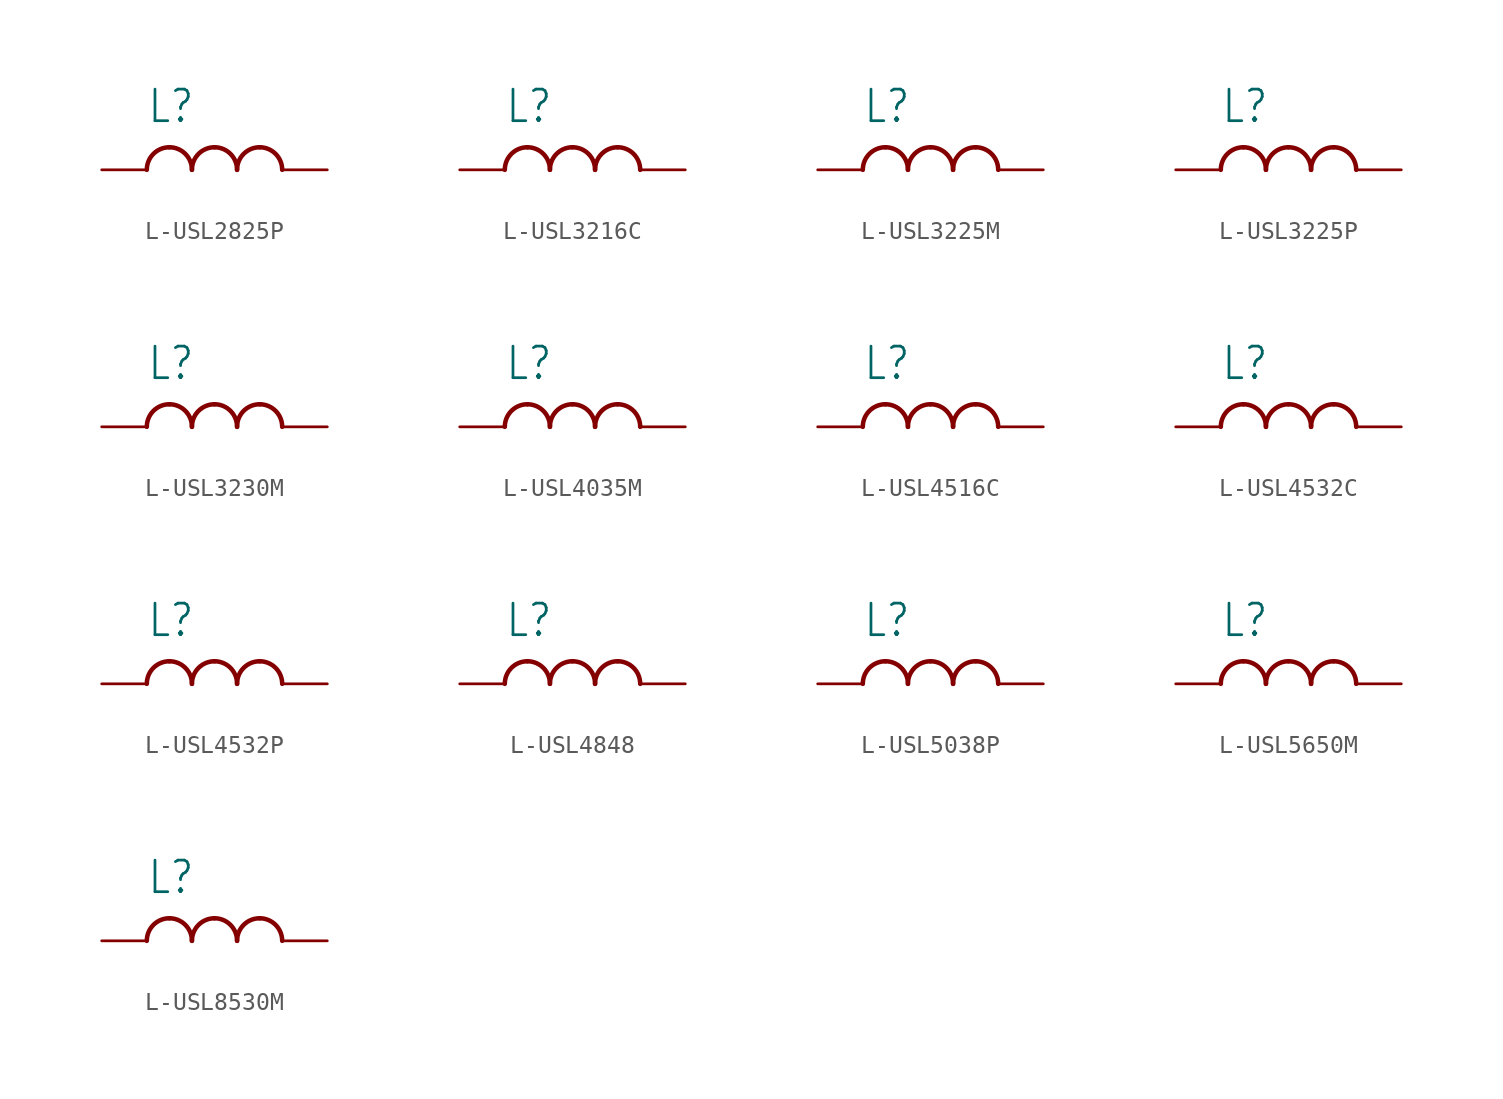
<source format=kicad_sym>
(kicad_symbol_lib
  (version 20241209)
  (generator "kicad_symbol_editor")
  (generator_version "9.0")
  (symbol "L-USL2825P"
    (property "Reference" "L"
      (at -5.08 2.54 0)
      (effects (font (size 1.778 1.511)) (justify left bottom)))
    (property "Value" ""
      (at -5.08 -1.27 0)
      (effects (font (size 1.778 1.511)) (justify left top)))
    (property "ki_locked" ""
      (at 0 0 0)
      (effects (font (size 1.27 1.27))))
    (symbol "L-USL2825P_1_0"
      (arc (start -5.08 0) (mid -4.708 0.898) (end -3.81 1.27) (stroke (width 0.254) (type solid)) (fill (type none)))
      (arc (start -3.81 1.27) (mid -2.912 0.898) (end -2.54 0) (stroke (width 0.254) (type solid)) (fill (type none)))
      (arc (start -2.54 0) (mid -2.168 0.898) (end -1.27 1.27) (stroke (width 0.254) (type solid)) (fill (type none)))
      (arc (start -1.27 1.27) (mid -0.372 0.898) (end 0 0) (stroke (width 0.254) (type solid)) (fill (type none)))
      (arc (start 0 0) (mid 0.372 0.898) (end 1.27 1.27) (stroke (width 0.254) (type solid)) (fill (type none)))
      (arc (start 1.27 1.27) (mid 2.168 0.898) (end 2.54 0) (stroke (width 0.254) (type solid)) (fill (type none)))
      (pin passive line (at -7.62 0 0) (length 2.54) (name "1" (effects (font (size 0 0)))) (number "1" (effects (font (size 0 0)))))
      (pin passive line (at 5.08 0 180) (length 2.54) (name "2" (effects (font (size 0 0)))) (number "2" (effects (font (size 0 0)))))))
  (symbol "L-USL3216C"
    (property "Reference" "L"
      (at -5.08 2.54 0)
      (effects (font (size 1.778 1.511)) (justify left bottom)))
    (property "Value" ""
      (at -5.08 -1.27 0)
      (effects (font (size 1.778 1.511)) (justify left top)))
    (property "ki_locked" ""
      (at 0 0 0)
      (effects (font (size 1.27 1.27))))
    (symbol "L-USL3216C_1_0"
      (arc (start -5.08 0) (mid -4.708 0.898) (end -3.81 1.27) (stroke (width 0.254) (type solid)) (fill (type none)))
      (arc (start -3.81 1.27) (mid -2.912 0.898) (end -2.54 0) (stroke (width 0.254) (type solid)) (fill (type none)))
      (arc (start -2.54 0) (mid -2.168 0.898) (end -1.27 1.27) (stroke (width 0.254) (type solid)) (fill (type none)))
      (arc (start -1.27 1.27) (mid -0.372 0.898) (end 0 0) (stroke (width 0.254) (type solid)) (fill (type none)))
      (arc (start 0 0) (mid 0.372 0.898) (end 1.27 1.27) (stroke (width 0.254) (type solid)) (fill (type none)))
      (arc (start 1.27 1.27) (mid 2.168 0.898) (end 2.54 0) (stroke (width 0.254) (type solid)) (fill (type none)))
      (pin passive line (at -7.62 0 0) (length 2.54) (name "1" (effects (font (size 0 0)))) (number "1" (effects (font (size 0 0)))))
      (pin passive line (at 5.08 0 180) (length 2.54) (name "2" (effects (font (size 0 0)))) (number "2" (effects (font (size 0 0)))))))
  (symbol "L-USL3225M"
    (property "Reference" "L"
      (at -5.08 2.54 0)
      (effects (font (size 1.778 1.511)) (justify left bottom)))
    (property "Value" ""
      (at -5.08 -1.27 0)
      (effects (font (size 1.778 1.511)) (justify left top)))
    (property "ki_locked" ""
      (at 0 0 0)
      (effects (font (size 1.27 1.27))))
    (symbol "L-USL3225M_1_0"
      (arc (start -5.08 0) (mid -4.708 0.898) (end -3.81 1.27) (stroke (width 0.254) (type solid)) (fill (type none)))
      (arc (start -3.81 1.27) (mid -2.912 0.898) (end -2.54 0) (stroke (width 0.254) (type solid)) (fill (type none)))
      (arc (start -2.54 0) (mid -2.168 0.898) (end -1.27 1.27) (stroke (width 0.254) (type solid)) (fill (type none)))
      (arc (start -1.27 1.27) (mid -0.372 0.898) (end 0 0) (stroke (width 0.254) (type solid)) (fill (type none)))
      (arc (start 0 0) (mid 0.372 0.898) (end 1.27 1.27) (stroke (width 0.254) (type solid)) (fill (type none)))
      (arc (start 1.27 1.27) (mid 2.168 0.898) (end 2.54 0) (stroke (width 0.254) (type solid)) (fill (type none)))
      (pin passive line (at -7.62 0 0) (length 2.54) (name "1" (effects (font (size 0 0)))) (number "1" (effects (font (size 0 0)))))
      (pin passive line (at 5.08 0 180) (length 2.54) (name "2" (effects (font (size 0 0)))) (number "2" (effects (font (size 0 0)))))))
  (symbol "L-USL3225P"
    (property "Reference" "L"
      (at -5.08 2.54 0)
      (effects (font (size 1.778 1.511)) (justify left bottom)))
    (property "Value" ""
      (at -5.08 -1.27 0)
      (effects (font (size 1.778 1.511)) (justify left top)))
    (property "ki_locked" ""
      (at 0 0 0)
      (effects (font (size 1.27 1.27))))
    (symbol "L-USL3225P_1_0"
      (arc (start -5.08 0) (mid -4.708 0.898) (end -3.81 1.27) (stroke (width 0.254) (type solid)) (fill (type none)))
      (arc (start -3.81 1.27) (mid -2.912 0.898) (end -2.54 0) (stroke (width 0.254) (type solid)) (fill (type none)))
      (arc (start -2.54 0) (mid -2.168 0.898) (end -1.27 1.27) (stroke (width 0.254) (type solid)) (fill (type none)))
      (arc (start -1.27 1.27) (mid -0.372 0.898) (end 0 0) (stroke (width 0.254) (type solid)) (fill (type none)))
      (arc (start 0 0) (mid 0.372 0.898) (end 1.27 1.27) (stroke (width 0.254) (type solid)) (fill (type none)))
      (arc (start 1.27 1.27) (mid 2.168 0.898) (end 2.54 0) (stroke (width 0.254) (type solid)) (fill (type none)))
      (pin passive line (at -7.62 0 0) (length 2.54) (name "1" (effects (font (size 0 0)))) (number "1" (effects (font (size 0 0)))))
      (pin passive line (at 5.08 0 180) (length 2.54) (name "2" (effects (font (size 0 0)))) (number "2" (effects (font (size 0 0)))))))
  (symbol "L-USL3230M"
    (property "Reference" "L"
      (at -5.08 2.54 0)
      (effects (font (size 1.778 1.511)) (justify left bottom)))
    (property "Value" ""
      (at -5.08 -1.27 0)
      (effects (font (size 1.778 1.511)) (justify left top)))
    (property "ki_locked" ""
      (at 0 0 0)
      (effects (font (size 1.27 1.27))))
    (symbol "L-USL3230M_1_0"
      (arc (start -5.08 0) (mid -4.708 0.898) (end -3.81 1.27) (stroke (width 0.254) (type solid)) (fill (type none)))
      (arc (start -3.81 1.27) (mid -2.912 0.898) (end -2.54 0) (stroke (width 0.254) (type solid)) (fill (type none)))
      (arc (start -2.54 0) (mid -2.168 0.898) (end -1.27 1.27) (stroke (width 0.254) (type solid)) (fill (type none)))
      (arc (start -1.27 1.27) (mid -0.372 0.898) (end 0 0) (stroke (width 0.254) (type solid)) (fill (type none)))
      (arc (start 0 0) (mid 0.372 0.898) (end 1.27 1.27) (stroke (width 0.254) (type solid)) (fill (type none)))
      (arc (start 1.27 1.27) (mid 2.168 0.898) (end 2.54 0) (stroke (width 0.254) (type solid)) (fill (type none)))
      (pin passive line (at -7.62 0 0) (length 2.54) (name "1" (effects (font (size 0 0)))) (number "1" (effects (font (size 0 0)))))
      (pin passive line (at 5.08 0 180) (length 2.54) (name "2" (effects (font (size 0 0)))) (number "2" (effects (font (size 0 0)))))))
  (symbol "L-USL4035M"
    (property "Reference" "L"
      (at -5.08 2.54 0)
      (effects (font (size 1.778 1.511)) (justify left bottom)))
    (property "Value" ""
      (at -5.08 -1.27 0)
      (effects (font (size 1.778 1.511)) (justify left top)))
    (property "ki_locked" ""
      (at 0 0 0)
      (effects (font (size 1.27 1.27))))
    (symbol "L-USL4035M_1_0"
      (arc (start -5.08 0) (mid -4.708 0.898) (end -3.81 1.27) (stroke (width 0.254) (type solid)) (fill (type none)))
      (arc (start -3.81 1.27) (mid -2.912 0.898) (end -2.54 0) (stroke (width 0.254) (type solid)) (fill (type none)))
      (arc (start -2.54 0) (mid -2.168 0.898) (end -1.27 1.27) (stroke (width 0.254) (type solid)) (fill (type none)))
      (arc (start -1.27 1.27) (mid -0.372 0.898) (end 0 0) (stroke (width 0.254) (type solid)) (fill (type none)))
      (arc (start 0 0) (mid 0.372 0.898) (end 1.27 1.27) (stroke (width 0.254) (type solid)) (fill (type none)))
      (arc (start 1.27 1.27) (mid 2.168 0.898) (end 2.54 0) (stroke (width 0.254) (type solid)) (fill (type none)))
      (pin passive line (at -7.62 0 0) (length 2.54) (name "1" (effects (font (size 0 0)))) (number "1" (effects (font (size 0 0)))))
      (pin passive line (at 5.08 0 180) (length 2.54) (name "2" (effects (font (size 0 0)))) (number "2" (effects (font (size 0 0)))))))
  (symbol "L-USL4516C"
    (property "Reference" "L"
      (at -5.08 2.54 0)
      (effects (font (size 1.778 1.511)) (justify left bottom)))
    (property "Value" ""
      (at -5.08 -1.27 0)
      (effects (font (size 1.778 1.511)) (justify left top)))
    (property "ki_locked" ""
      (at 0 0 0)
      (effects (font (size 1.27 1.27))))
    (symbol "L-USL4516C_1_0"
      (arc (start -5.08 0) (mid -4.708 0.898) (end -3.81 1.27) (stroke (width 0.254) (type solid)) (fill (type none)))
      (arc (start -3.81 1.27) (mid -2.912 0.898) (end -2.54 0) (stroke (width 0.254) (type solid)) (fill (type none)))
      (arc (start -2.54 0) (mid -2.168 0.898) (end -1.27 1.27) (stroke (width 0.254) (type solid)) (fill (type none)))
      (arc (start -1.27 1.27) (mid -0.372 0.898) (end 0 0) (stroke (width 0.254) (type solid)) (fill (type none)))
      (arc (start 0 0) (mid 0.372 0.898) (end 1.27 1.27) (stroke (width 0.254) (type solid)) (fill (type none)))
      (arc (start 1.27 1.27) (mid 2.168 0.898) (end 2.54 0) (stroke (width 0.254) (type solid)) (fill (type none)))
      (pin passive line (at -7.62 0 0) (length 2.54) (name "1" (effects (font (size 0 0)))) (number "1" (effects (font (size 0 0)))))
      (pin passive line (at 5.08 0 180) (length 2.54) (name "2" (effects (font (size 0 0)))) (number "2" (effects (font (size 0 0)))))))
  (symbol "L-USL4532C"
    (property "Reference" "L"
      (at -5.08 2.54 0)
      (effects (font (size 1.778 1.511)) (justify left bottom)))
    (property "Value" ""
      (at -5.08 -1.27 0)
      (effects (font (size 1.778 1.511)) (justify left top)))
    (property "ki_locked" ""
      (at 0 0 0)
      (effects (font (size 1.27 1.27))))
    (symbol "L-USL4532C_1_0"
      (arc (start -5.08 0) (mid -4.708 0.898) (end -3.81 1.27) (stroke (width 0.254) (type solid)) (fill (type none)))
      (arc (start -3.81 1.27) (mid -2.912 0.898) (end -2.54 0) (stroke (width 0.254) (type solid)) (fill (type none)))
      (arc (start -2.54 0) (mid -2.168 0.898) (end -1.27 1.27) (stroke (width 0.254) (type solid)) (fill (type none)))
      (arc (start -1.27 1.27) (mid -0.372 0.898) (end 0 0) (stroke (width 0.254) (type solid)) (fill (type none)))
      (arc (start 0 0) (mid 0.372 0.898) (end 1.27 1.27) (stroke (width 0.254) (type solid)) (fill (type none)))
      (arc (start 1.27 1.27) (mid 2.168 0.898) (end 2.54 0) (stroke (width 0.254) (type solid)) (fill (type none)))
      (pin passive line (at -7.62 0 0) (length 2.54) (name "1" (effects (font (size 0 0)))) (number "1" (effects (font (size 0 0)))))
      (pin passive line (at 5.08 0 180) (length 2.54) (name "2" (effects (font (size 0 0)))) (number "2" (effects (font (size 0 0)))))))
  (symbol "L-USL4532P"
    (property "Reference" "L"
      (at -5.08 2.54 0)
      (effects (font (size 1.778 1.511)) (justify left bottom)))
    (property "Value" ""
      (at -5.08 -1.27 0)
      (effects (font (size 1.778 1.511)) (justify left top)))
    (property "ki_locked" ""
      (at 0 0 0)
      (effects (font (size 1.27 1.27))))
    (symbol "L-USL4532P_1_0"
      (arc (start -5.08 0) (mid -4.708 0.898) (end -3.81 1.27) (stroke (width 0.254) (type solid)) (fill (type none)))
      (arc (start -3.81 1.27) (mid -2.912 0.898) (end -2.54 0) (stroke (width 0.254) (type solid)) (fill (type none)))
      (arc (start -2.54 0) (mid -2.168 0.898) (end -1.27 1.27) (stroke (width 0.254) (type solid)) (fill (type none)))
      (arc (start -1.27 1.27) (mid -0.372 0.898) (end 0 0) (stroke (width 0.254) (type solid)) (fill (type none)))
      (arc (start 0 0) (mid 0.372 0.898) (end 1.27 1.27) (stroke (width 0.254) (type solid)) (fill (type none)))
      (arc (start 1.27 1.27) (mid 2.168 0.898) (end 2.54 0) (stroke (width 0.254) (type solid)) (fill (type none)))
      (pin passive line (at -7.62 0 0) (length 2.54) (name "1" (effects (font (size 0 0)))) (number "1" (effects (font (size 0 0)))))
      (pin passive line (at 5.08 0 180) (length 2.54) (name "2" (effects (font (size 0 0)))) (number "2" (effects (font (size 0 0)))))))
  (symbol "L-USL4848"
    (property "Reference" "L"
      (at -5.08 2.54 0)
      (effects (font (size 1.778 1.511)) (justify left bottom)))
    (property "Value" ""
      (at -5.08 -1.27 0)
      (effects (font (size 1.778 1.511)) (justify left top)))
    (property "ki_locked" ""
      (at 0 0 0)
      (effects (font (size 1.27 1.27))))
    (symbol "L-USL4848_1_0"
      (arc (start -5.08 0) (mid -4.708 0.898) (end -3.81 1.27) (stroke (width 0.254) (type solid)) (fill (type none)))
      (arc (start -3.81 1.27) (mid -2.912 0.898) (end -2.54 0) (stroke (width 0.254) (type solid)) (fill (type none)))
      (arc (start -2.54 0) (mid -2.168 0.898) (end -1.27 1.27) (stroke (width 0.254) (type solid)) (fill (type none)))
      (arc (start -1.27 1.27) (mid -0.372 0.898) (end 0 0) (stroke (width 0.254) (type solid)) (fill (type none)))
      (arc (start 0 0) (mid 0.372 0.898) (end 1.27 1.27) (stroke (width 0.254) (type solid)) (fill (type none)))
      (arc (start 1.27 1.27) (mid 2.168 0.898) (end 2.54 0) (stroke (width 0.254) (type solid)) (fill (type none)))
      (pin passive line (at -7.62 0 0) (length 2.54) (name "1" (effects (font (size 0 0)))) (number "P$1" (effects (font (size 0 0)))))
      (pin passive line (at 5.08 0 180) (length 2.54) (name "2" (effects (font (size 0 0)))) (number "P$2" (effects (font (size 0 0)))))))
  (symbol "L-USL5038P"
    (property "Reference" "L"
      (at -5.08 2.54 0)
      (effects (font (size 1.778 1.511)) (justify left bottom)))
    (property "Value" ""
      (at -5.08 -1.27 0)
      (effects (font (size 1.778 1.511)) (justify left top)))
    (property "ki_locked" ""
      (at 0 0 0)
      (effects (font (size 1.27 1.27))))
    (symbol "L-USL5038P_1_0"
      (arc (start -5.08 0) (mid -4.708 0.898) (end -3.81 1.27) (stroke (width 0.254) (type solid)) (fill (type none)))
      (arc (start -3.81 1.27) (mid -2.912 0.898) (end -2.54 0) (stroke (width 0.254) (type solid)) (fill (type none)))
      (arc (start -2.54 0) (mid -2.168 0.898) (end -1.27 1.27) (stroke (width 0.254) (type solid)) (fill (type none)))
      (arc (start -1.27 1.27) (mid -0.372 0.898) (end 0 0) (stroke (width 0.254) (type solid)) (fill (type none)))
      (arc (start 0 0) (mid 0.372 0.898) (end 1.27 1.27) (stroke (width 0.254) (type solid)) (fill (type none)))
      (arc (start 1.27 1.27) (mid 2.168 0.898) (end 2.54 0) (stroke (width 0.254) (type solid)) (fill (type none)))
      (pin passive line (at -7.62 0 0) (length 2.54) (name "1" (effects (font (size 0 0)))) (number "1" (effects (font (size 0 0)))))
      (pin passive line (at 5.08 0 180) (length 2.54) (name "2" (effects (font (size 0 0)))) (number "2" (effects (font (size 0 0)))))))
  (symbol "L-USL5650M"
    (property "Reference" "L"
      (at -5.08 2.54 0)
      (effects (font (size 1.778 1.511)) (justify left bottom)))
    (property "Value" ""
      (at -5.08 -1.27 0)
      (effects (font (size 1.778 1.511)) (justify left top)))
    (property "ki_locked" ""
      (at 0 0 0)
      (effects (font (size 1.27 1.27))))
    (symbol "L-USL5650M_1_0"
      (arc (start -5.08 0) (mid -4.708 0.898) (end -3.81 1.27) (stroke (width 0.254) (type solid)) (fill (type none)))
      (arc (start -3.81 1.27) (mid -2.912 0.898) (end -2.54 0) (stroke (width 0.254) (type solid)) (fill (type none)))
      (arc (start -2.54 0) (mid -2.168 0.898) (end -1.27 1.27) (stroke (width 0.254) (type solid)) (fill (type none)))
      (arc (start -1.27 1.27) (mid -0.372 0.898) (end 0 0) (stroke (width 0.254) (type solid)) (fill (type none)))
      (arc (start 0 0) (mid 0.372 0.898) (end 1.27 1.27) (stroke (width 0.254) (type solid)) (fill (type none)))
      (arc (start 1.27 1.27) (mid 2.168 0.898) (end 2.54 0) (stroke (width 0.254) (type solid)) (fill (type none)))
      (pin passive line (at -7.62 0 0) (length 2.54) (name "1" (effects (font (size 0 0)))) (number "1" (effects (font (size 0 0)))))
      (pin passive line (at 5.08 0 180) (length 2.54) (name "2" (effects (font (size 0 0)))) (number "2" (effects (font (size 0 0)))))))
  (symbol "L-USL8530M"
    (property "Reference" "L"
      (at -5.08 2.54 0)
      (effects (font (size 1.778 1.511)) (justify left bottom)))
    (property "Value" ""
      (at -5.08 -1.27 0)
      (effects (font (size 1.778 1.511)) (justify left top)))
    (property "ki_locked" ""
      (at 0 0 0)
      (effects (font (size 1.27 1.27))))
    (symbol "L-USL8530M_1_0"
      (arc (start -5.08 0) (mid -4.708 0.898) (end -3.81 1.27) (stroke (width 0.254) (type solid)) (fill (type none)))
      (arc (start -3.81 1.27) (mid -2.912 0.898) (end -2.54 0) (stroke (width 0.254) (type solid)) (fill (type none)))
      (arc (start -2.54 0) (mid -2.168 0.898) (end -1.27 1.27) (stroke (width 0.254) (type solid)) (fill (type none)))
      (arc (start -1.27 1.27) (mid -0.372 0.898) (end 0 0) (stroke (width 0.254) (type solid)) (fill (type none)))
      (arc (start 0 0) (mid 0.372 0.898) (end 1.27 1.27) (stroke (width 0.254) (type solid)) (fill (type none)))
      (arc (start 1.27 1.27) (mid 2.168 0.898) (end 2.54 0) (stroke (width 0.254) (type solid)) (fill (type none)))
      (pin passive line (at -7.62 0 0) (length 2.54) (name "1" (effects (font (size 0 0)))) (number "1" (effects (font (size 0 0)))))
      (pin passive line (at 5.08 0 180) (length 2.54) (name "2" (effects (font (size 0 0)))) (number "2" (effects (font (size 0 0))))))))
</source>
